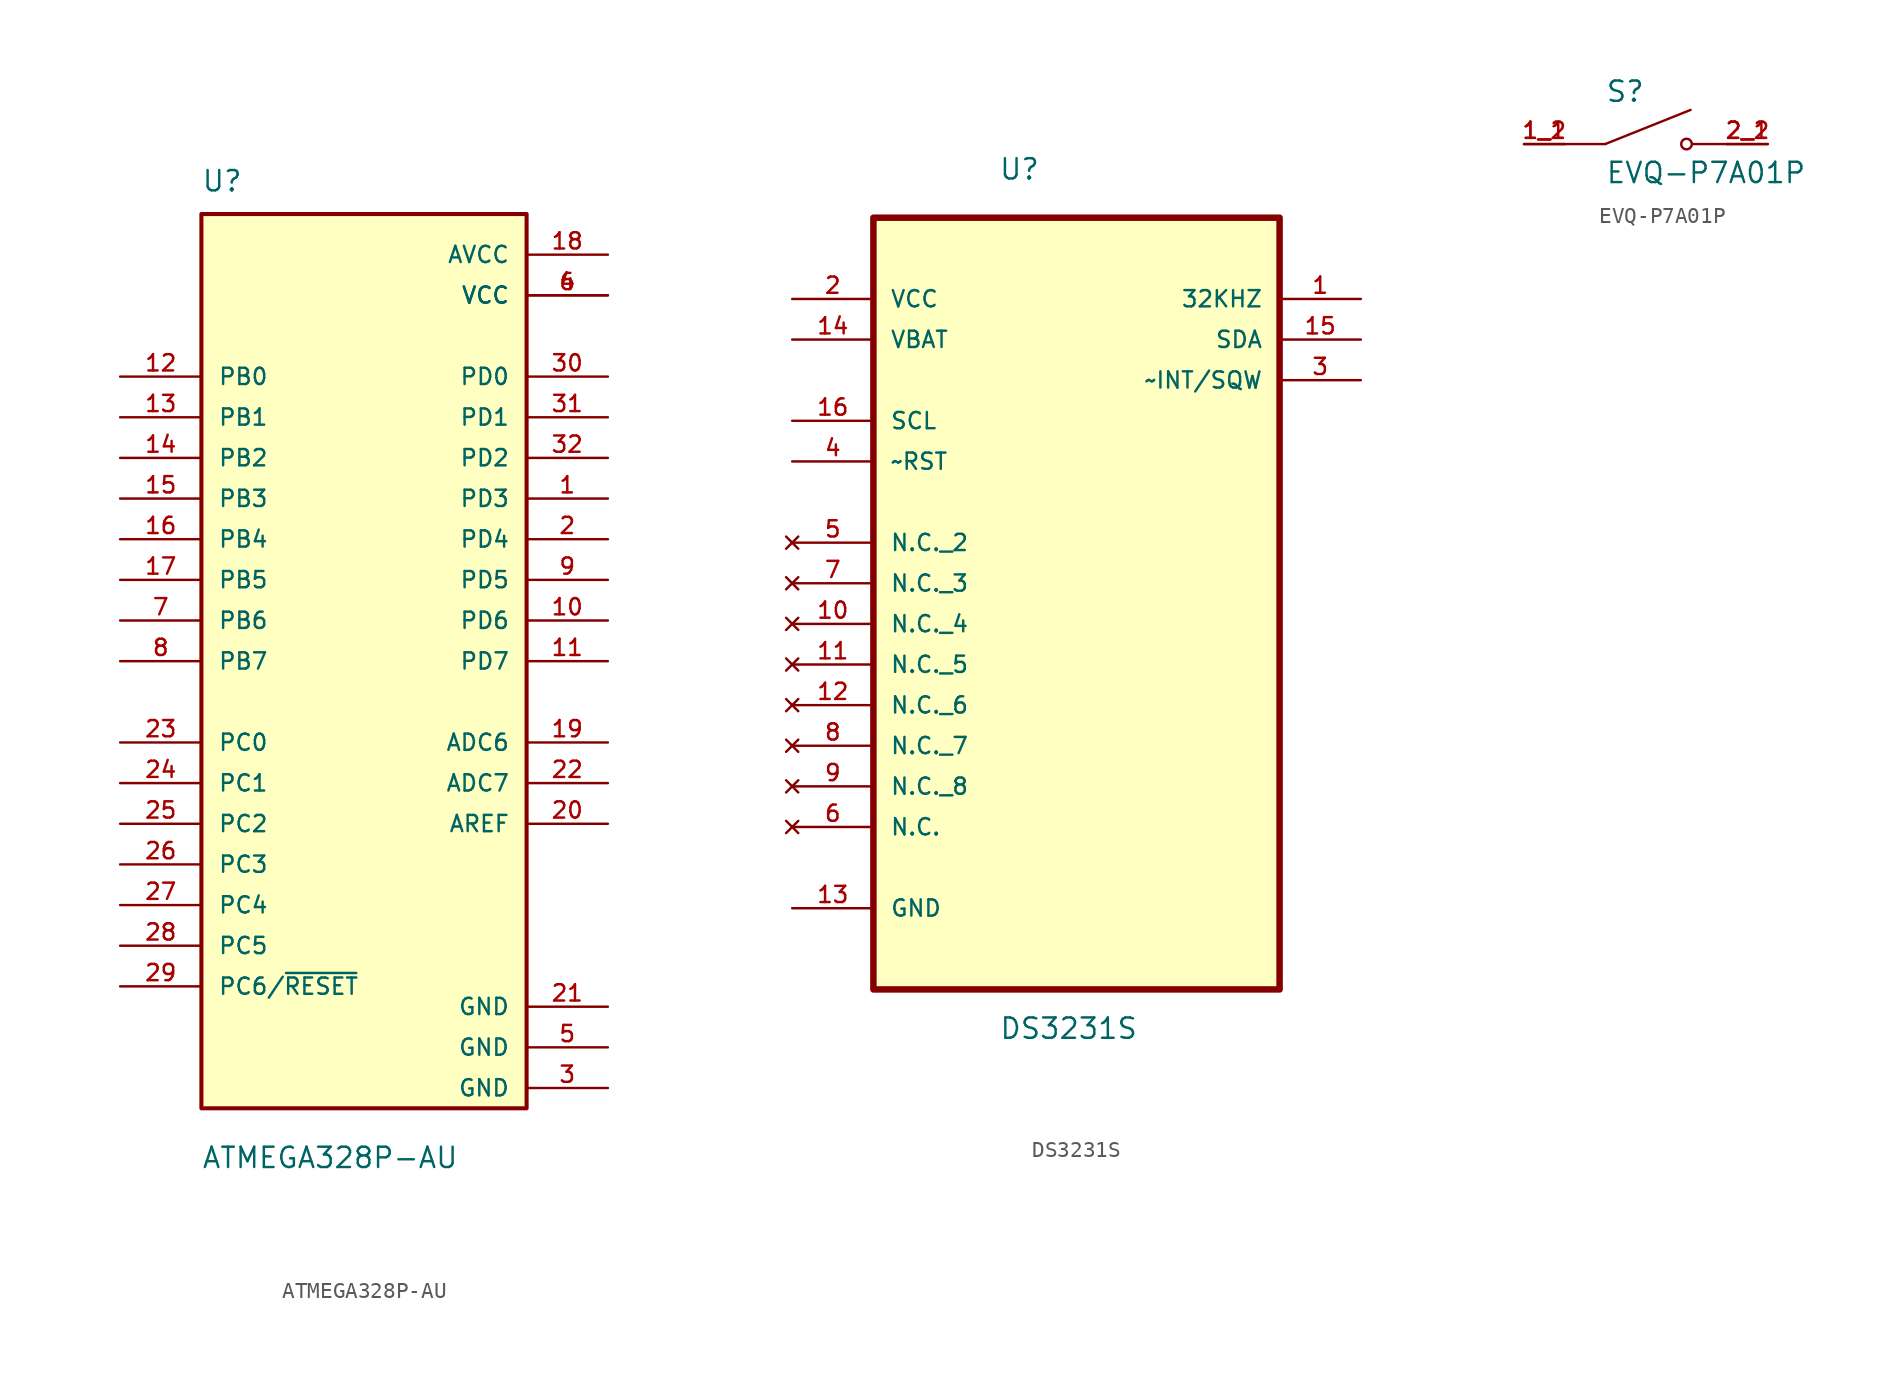
<source format=kicad_sym>
(kicad_symbol_lib
  (version 20220914)
  (generator kicad_symbol_editor)
  (symbol "ATMEGA328P-AU"
    (pin_names
      (offset 1.016))
    (property "Reference" "U"
      (at -10.175 29.255 0)
      (effects (font (size 1.27 1.27)) (justify left bottom)))
    (property "Value" "ATMEGA328P-AU"
      (at -10.167 -31.771 0)
      (effects (font (size 1.27 1.27)) (justify left bottom)))
    (symbol "ATMEGA328P-AU_0_0"
      (rectangle (start -10.16 -27.94) (end 10.16 27.94) (stroke (width 0.254) (type default)) (fill (type background)))
      (pin bidirectional line (at 15.24 10.16 180) (length 5.08) (name "PD3" (effects (font (size 1.016 1.016)))) (number "1" (effects (font (size 1.016 1.016)))))
      (pin bidirectional line (at 15.24 2.54 180) (length 5.08) (name "PD6" (effects (font (size 1.016 1.016)))) (number "10" (effects (font (size 1.016 1.016)))))
      (pin bidirectional line (at 15.24 0 180) (length 5.08) (name "PD7" (effects (font (size 1.016 1.016)))) (number "11" (effects (font (size 1.016 1.016)))))
      (pin bidirectional line (at -15.24 17.78 0) (length 5.08) (name "PB0" (effects (font (size 1.016 1.016)))) (number "12" (effects (font (size 1.016 1.016)))))
      (pin bidirectional line (at -15.24 15.24 0) (length 5.08) (name "PB1" (effects (font (size 1.016 1.016)))) (number "13" (effects (font (size 1.016 1.016)))))
      (pin bidirectional line (at -15.24 12.7 0) (length 5.08) (name "PB2" (effects (font (size 1.016 1.016)))) (number "14" (effects (font (size 1.016 1.016)))))
      (pin bidirectional line (at -15.24 10.16 0) (length 5.08) (name "PB3" (effects (font (size 1.016 1.016)))) (number "15" (effects (font (size 1.016 1.016)))))
      (pin bidirectional line (at -15.24 7.62 0) (length 5.08) (name "PB4" (effects (font (size 1.016 1.016)))) (number "16" (effects (font (size 1.016 1.016)))))
      (pin bidirectional line (at -15.24 5.08 0) (length 5.08) (name "PB5" (effects (font (size 1.016 1.016)))) (number "17" (effects (font (size 1.016 1.016)))))
      (pin power_in line (at 15.24 25.4 180) (length 5.08) (name "AVCC" (effects (font (size 1.016 1.016)))) (number "18" (effects (font (size 1.016 1.016)))))
      (pin bidirectional line (at 15.24 -5.08 180) (length 5.08) (name "ADC6" (effects (font (size 1.016 1.016)))) (number "19" (effects (font (size 1.016 1.016)))))
      (pin bidirectional line (at 15.24 7.62 180) (length 5.08) (name "PD4" (effects (font (size 1.016 1.016)))) (number "2" (effects (font (size 1.016 1.016)))))
      (pin input line (at 15.24 -10.16 180) (length 5.08) (name "AREF" (effects (font (size 1.016 1.016)))) (number "20" (effects (font (size 1.016 1.016)))))
      (pin bidirectional line (at 15.24 -7.62 180) (length 5.08) (name "ADC7" (effects (font (size 1.016 1.016)))) (number "22" (effects (font (size 1.016 1.016)))))
      (pin bidirectional line (at -15.24 -5.08 0) (length 5.08) (name "PC0" (effects (font (size 1.016 1.016)))) (number "23" (effects (font (size 1.016 1.016)))))
      (pin bidirectional line (at -15.24 -7.62 0) (length 5.08) (name "PC1" (effects (font (size 1.016 1.016)))) (number "24" (effects (font (size 1.016 1.016)))))
      (pin bidirectional line (at -15.24 -10.16 0) (length 5.08) (name "PC2" (effects (font (size 1.016 1.016)))) (number "25" (effects (font (size 1.016 1.016)))))
      (pin bidirectional line (at -15.24 -12.7 0) (length 5.08) (name "PC3" (effects (font (size 1.016 1.016)))) (number "26" (effects (font (size 1.016 1.016)))))
      (pin bidirectional line (at -15.24 -15.24 0) (length 5.08) (name "PC4" (effects (font (size 1.016 1.016)))) (number "27" (effects (font (size 1.016 1.016)))))
      (pin bidirectional line (at -15.24 -17.78 0) (length 5.08) (name "PC5" (effects (font (size 1.016 1.016)))) (number "28" (effects (font (size 1.016 1.016)))))
      (pin bidirectional line (at -15.24 -20.32 0) (length 5.08) (name "PC6/~{RESET}" (effects (font (size 1.016 1.016)))) (number "29" (effects (font (size 1.016 1.016)))))
      (pin power_in line (at 15.24 -26.67 180) (length 5.08) (name "GND" (effects (font (size 1.016 1.016)))) (number "3" (effects (font (size 1.016 1.016)))))
      (pin bidirectional line (at 15.24 17.78 180) (length 5.08) (name "PD0" (effects (font (size 1.016 1.016)))) (number "30" (effects (font (size 1.016 1.016)))))
      (pin bidirectional line (at 15.24 15.24 180) (length 5.08) (name "PD1" (effects (font (size 1.016 1.016)))) (number "31" (effects (font (size 1.016 1.016)))))
      (pin bidirectional line (at 15.24 12.7 180) (length 5.08) (name "PD2" (effects (font (size 1.016 1.016)))) (number "32" (effects (font (size 1.016 1.016)))))
      (pin power_in line (at 15.24 22.86 180) (length 5.08) (name "VCC" (effects (font (size 1.016 1.016)))) (number "4" (effects (font (size 1.016 1.016)))))
      (pin power_in line (at 15.24 -24.13 180) (length 5.08) (name "GND" (effects (font (size 1.016 1.016)))) (number "5" (effects (font (size 1.016 1.016)))))
      (pin power_in line (at 15.24 22.86 180) (length 5.08) (name "VCC" (effects (font (size 1.016 1.016)))) (number "6" (effects (font (size 1.016 1.016)))))
      (pin bidirectional line (at -15.24 2.54 0) (length 5.08) (name "PB6" (effects (font (size 1.016 1.016)))) (number "7" (effects (font (size 1.016 1.016)))))
      (pin bidirectional line (at -15.24 0 0) (length 5.08) (name "PB7" (effects (font (size 1.016 1.016)))) (number "8" (effects (font (size 1.016 1.016)))))
      (pin bidirectional line (at 15.24 5.08 180) (length 5.08) (name "PD5" (effects (font (size 1.016 1.016)))) (number "9" (effects (font (size 1.016 1.016))))))
    (symbol "ATMEGA328P-AU_1_0"
      (pin power_in line (at 15.24 -21.59 180) (length 5.08) (name "GND" (effects (font (size 1.016 1.016)))) (number "21" (effects (font (size 1.016 1.016)))))))
  (symbol "DS3231S"
    (pin_names
      (offset 1.016))
    (property "Reference" "U"
      (at -4.878 22.61 0)
      (effects (font (size 1.27 1.27)) (justify left bottom)))
    (property "Value" "DS3231S"
      (at -4.853 -31.124 0)
      (effects (font (size 1.27 1.27)) (justify left bottom)))
    (symbol "DS3231S_0_0"
      (rectangle (start -12.7 -27.94) (end 12.7 20.32) (stroke (width 0.406) (type default)) (fill (type background)))
      (pin output line (at 17.78 15.24 180) (length 5.08) (name "32KHZ" (effects (font (size 1.016 1.016)))) (number "1" (effects (font (size 1.016 1.016)))))
      (pin no_connect line (at -17.78 -5.08 0) (length 5.08) (name "N.C._4" (effects (font (size 1.016 1.016)))) (number "10" (effects (font (size 1.016 1.016)))))
      (pin no_connect line (at -17.78 -7.62 0) (length 5.08) (name "N.C._5" (effects (font (size 1.016 1.016)))) (number "11" (effects (font (size 1.016 1.016)))))
      (pin no_connect line (at -17.78 -10.16 0) (length 5.08) (name "N.C._6" (effects (font (size 1.016 1.016)))) (number "12" (effects (font (size 1.016 1.016)))))
      (pin passive line (at -17.78 -22.86 0) (length 5.08) (name "GND" (effects (font (size 1.016 1.016)))) (number "13" (effects (font (size 1.016 1.016)))))
      (pin power_in line (at -17.78 12.7 0) (length 5.08) (name "VBAT" (effects (font (size 1.016 1.016)))) (number "14" (effects (font (size 1.016 1.016)))))
      (pin bidirectional line (at 17.78 12.7 180) (length 5.08) (name "SDA" (effects (font (size 1.016 1.016)))) (number "15" (effects (font (size 1.016 1.016)))))
      (pin input line (at -17.78 7.62 0) (length 5.08) (name "SCL" (effects (font (size 1.016 1.016)))) (number "16" (effects (font (size 1.016 1.016)))))
      (pin power_in line (at -17.78 15.24 0) (length 5.08) (name "VCC" (effects (font (size 1.016 1.016)))) (number "2" (effects (font (size 1.016 1.016)))))
      (pin output line (at 17.78 10.16 180) (length 5.08) (name "~INT/SQW" (effects (font (size 1.016 1.016)))) (number "3" (effects (font (size 1.016 1.016)))))
      (pin bidirectional line (at -17.78 5.08 0) (length 5.08) (name "~RST" (effects (font (size 1.016 1.016)))) (number "4" (effects (font (size 1.016 1.016)))))
      (pin no_connect line (at -17.78 0 0) (length 5.08) (name "N.C._2" (effects (font (size 1.016 1.016)))) (number "5" (effects (font (size 1.016 1.016)))))
      (pin no_connect line (at -17.78 -17.78 0) (length 5.08) (name "N.C." (effects (font (size 1.016 1.016)))) (number "6" (effects (font (size 1.016 1.016)))))
      (pin no_connect line (at -17.78 -2.54 0) (length 5.08) (name "N.C._3" (effects (font (size 1.016 1.016)))) (number "7" (effects (font (size 1.016 1.016)))))
      (pin no_connect line (at -17.78 -12.7 0) (length 5.08) (name "N.C._7" (effects (font (size 1.016 1.016)))) (number "8" (effects (font (size 1.016 1.016)))))
      (pin no_connect line (at -17.78 -15.24 0) (length 5.08) (name "N.C._8" (effects (font (size 1.016 1.016)))) (number "9" (effects (font (size 1.016 1.016)))))))
  (symbol "EVQ-P7A01P"
    (pin_names
      (offset 1.016))
    (property "Reference" "S"
      (at -2.54 2.54 0)
      (effects (font (size 1.27 1.27)) (justify left bottom)))
    (property "Value" "EVQ-P7A01P"
      (at -2.54 -2.54 0)
      (effects (font (size 1.27 1.27)) (justify left bottom)))
    (symbol "EVQ-P7A01P_0_0"
      (polyline (pts (xy -2.54 0) (xy -5.08 0)) (stroke (width 0.152) (type default)) (fill (type none)))
      (polyline (pts (xy 5.08 0) (xy 2.921 0)) (stroke (width 0.152) (type default)) (fill (type none)))
      (circle (center 2.54 0) (radius 0.33) (stroke (width 0.152) (type default)) (fill (type none)))
      (pin passive line (at -7.62 0 0) (length 2.54) (name "~" (effects (font (size 1.016 1.016)))) (number "1_1" (effects (font (size 1.016 1.016)))))
      (pin passive line (at -7.62 0 0) (length 2.54) (name "~" (effects (font (size 1.016 1.016)))) (number "1_2" (effects (font (size 1.016 1.016)))))
      (pin passive line (at 7.62 0 180) (length 2.54) (name "~" (effects (font (size 1.016 1.016)))) (number "2_1" (effects (font (size 1.016 1.016)))))
      (pin passive line (at 7.62 0 180) (length 2.54) (name "~" (effects (font (size 1.016 1.016)))) (number "2_2" (effects (font (size 1.016 1.016))))))
    (symbol "EVQ-P7A01P_1_0"
      (polyline (pts (xy -2.54 0) (xy 2.794 2.134)) (stroke (width 0.152) (type default)) (fill (type none))))))
</source>
